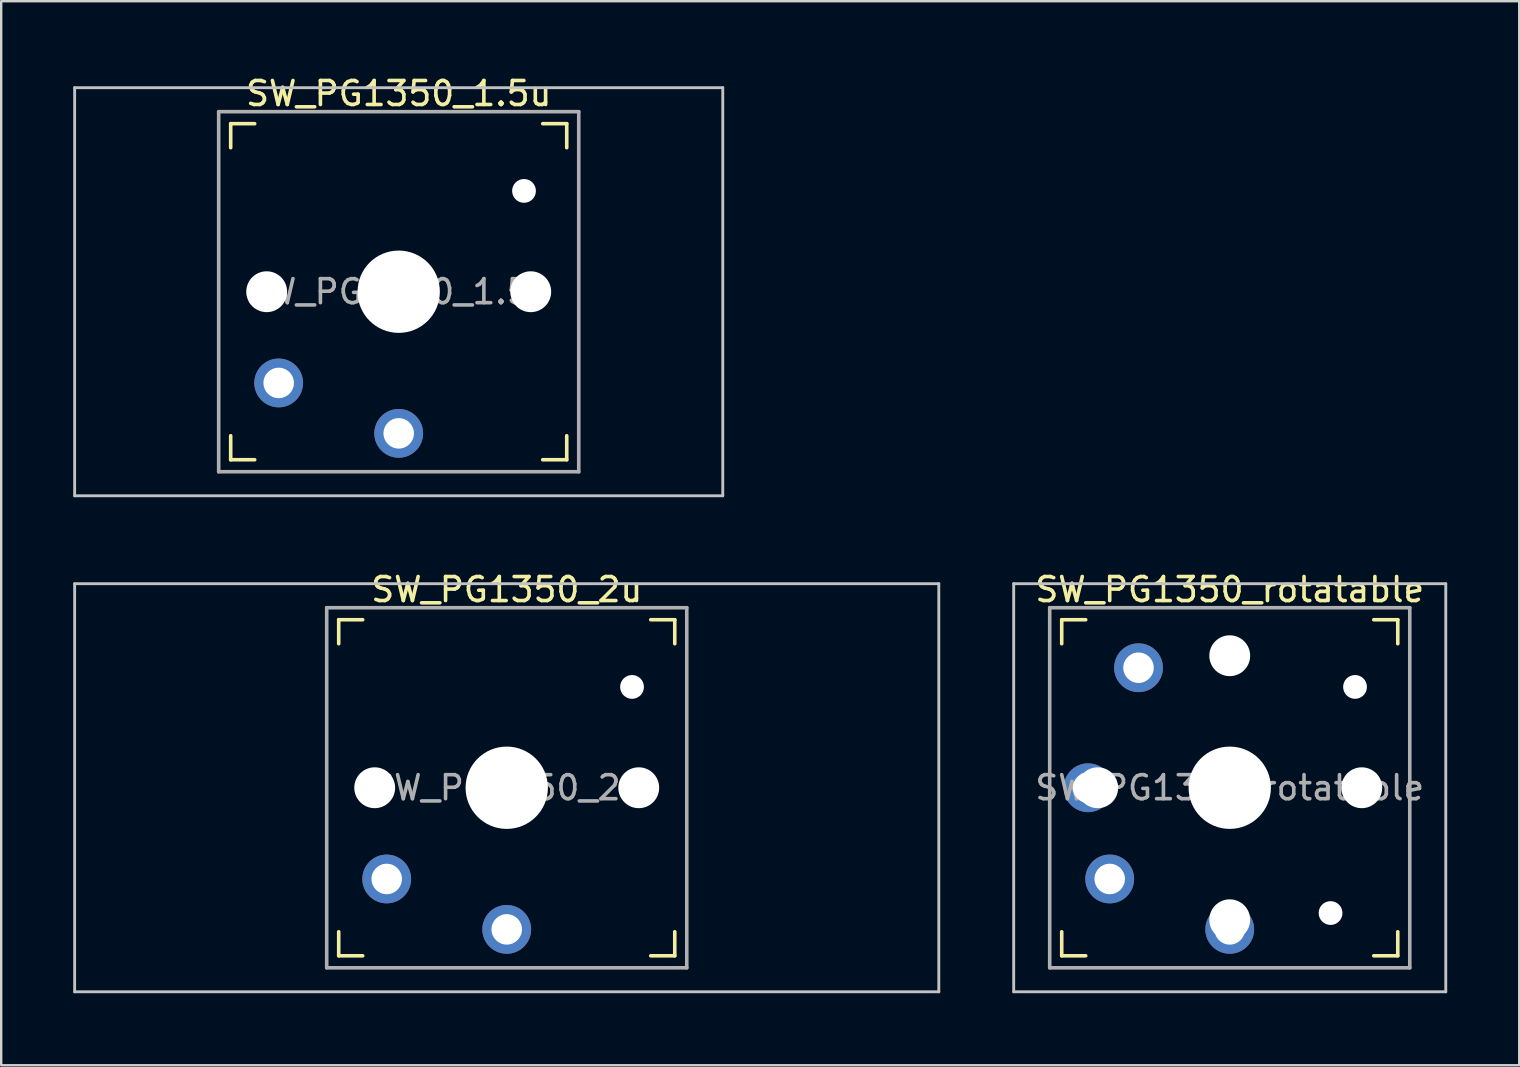
<source format=kicad_pcb>
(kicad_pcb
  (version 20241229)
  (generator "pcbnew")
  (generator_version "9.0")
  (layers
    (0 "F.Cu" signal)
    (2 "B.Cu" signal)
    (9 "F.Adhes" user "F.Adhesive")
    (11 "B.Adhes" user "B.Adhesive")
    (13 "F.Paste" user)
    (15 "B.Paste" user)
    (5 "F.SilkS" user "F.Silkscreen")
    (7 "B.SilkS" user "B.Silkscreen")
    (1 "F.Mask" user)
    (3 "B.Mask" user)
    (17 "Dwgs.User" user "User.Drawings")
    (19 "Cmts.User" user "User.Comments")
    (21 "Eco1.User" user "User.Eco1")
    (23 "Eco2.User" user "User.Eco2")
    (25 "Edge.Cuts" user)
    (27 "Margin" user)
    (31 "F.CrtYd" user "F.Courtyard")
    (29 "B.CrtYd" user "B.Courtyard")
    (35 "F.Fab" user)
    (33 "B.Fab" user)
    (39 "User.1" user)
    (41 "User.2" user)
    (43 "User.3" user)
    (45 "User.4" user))
  (footprint "SW_PG1350_1.5u"
    (layer "F.Cu")
    (at 13.56 9.103)
    (property "Reference" "SW_PG1350_1.5u" (at 0 -8.255 0) (layer "F.SilkS") (effects (font (size 1 1) (thickness 0.15))))
    (attr through_hole)
    (fp_line (start -7 -6) (end -7 -7) (stroke (width 0.15) (type solid)) (layer "F.SilkS"))
    (fp_line (start -7 7) (end -7 6) (stroke (width 0.15) (type solid)) (layer "F.SilkS"))
    (fp_line (start -7 7) (end -6 7) (stroke (width 0.15) (type solid)) (layer "F.SilkS"))
    (fp_line (start -6 -7) (end -7 -7) (stroke (width 0.15) (type solid)) (layer "F.SilkS"))
    (fp_line (start 6 7) (end 7 7) (stroke (width 0.15) (type solid)) (layer "F.SilkS"))
    (fp_line (start 7 -7) (end 6 -7) (stroke (width 0.15) (type solid)) (layer "F.SilkS"))
    (fp_line (start 7 -7) (end 7 -6) (stroke (width 0.15) (type solid)) (layer "F.SilkS"))
    (fp_line (start 7 6) (end 7 7) (stroke (width 0.15) (type solid)) (layer "F.SilkS"))
    (fp_line (start -13.5 -8.5) (end 13.5 -8.5) (stroke (width 0.12) (type solid)) (layer "Dwgs.User"))
    (fp_line (start -13.5 8.5) (end -13.5 -8.5) (stroke (width 0.12) (type solid)) (layer "Dwgs.User"))
    (fp_line (start -13.5 8.5) (end 13.5 8.5) (stroke (width 0.12) (type solid)) (layer "Dwgs.User"))
    (fp_line (start 13.5 8.5) (end 13.5 -8.5) (stroke (width 0.12) (type solid)) (layer "Dwgs.User"))
    (fp_line (start -6.9 6.9) (end -6.9 -6.9) (stroke (width 0.15) (type solid)) (layer "Eco2.User"))
    (fp_line (start -6.9 6.9) (end 6.9 6.9) (stroke (width 0.15) (type solid)) (layer "Eco2.User"))
    (fp_line (start -2.6 -3.1) (end -2.6 -6.3) (stroke (width 0.15) (type solid)) (layer "Eco2.User"))
    (fp_line (start -2.6 -3.1) (end 2.6 -3.1) (stroke (width 0.15) (type solid)) (layer "Eco2.User"))
    (fp_line (start 2.6 -6.3) (end -2.6 -6.3) (stroke (width 0.15) (type solid)) (layer "Eco2.User"))
    (fp_line (start 2.6 -3.1) (end 2.6 -6.3) (stroke (width 0.15) (type solid)) (layer "Eco2.User"))
    (fp_line (start 6.9 -6.9) (end -6.9 -6.9) (stroke (width 0.15) (type solid)) (layer "Eco2.User"))
    (fp_line (start 6.9 -6.9) (end 6.9 6.9) (stroke (width 0.15) (type solid)) (layer "Eco2.User"))
    (fp_line (start -7.5 -7.5) (end 7.5 -7.5) (stroke (width 0.15) (type solid)) (layer "F.Fab"))
    (fp_line (start -7.5 7.5) (end -7.5 -7.5) (stroke (width 0.15) (type solid)) (layer "F.Fab"))
    (fp_line (start 7.5 -7.5) (end 7.5 7.5) (stroke (width 0.15) (type solid)) (layer "F.Fab"))
    (fp_line (start 7.5 7.5) (end -7.5 7.5) (stroke (width 0.15) (type solid)) (layer "F.Fab"))
    (fp_text user "${REFERENCE}" (at 0 0 0) (layer "F.Fab") (effects (font (size 1 1) (thickness 0.15))))
    (pad "" np_thru_hole circle (at -5.5 0) (size 1.702 1.702) (drill 1.702) (layers "*.Cu" "*.Mask"))
    (pad "" np_thru_hole circle (at 0 0) (size 3.429 3.429) (drill 3.429) (layers "*.Cu" "*.Mask"))
    (pad "" np_thru_hole circle (at 5.22 -4.2) (size 0.991 0.991) (drill 0.991) (layers "*.Cu" "*.Mask"))
    (pad "" np_thru_hole circle (at 5.5 0) (size 1.702 1.702) (drill 1.702) (layers "*.Cu" "*.Mask"))
    (pad "1" thru_hole circle (at 0 5.9) (size 2.032 2.032) (drill 1.27) (layers "*.Cu" "*.Mask"))
    (pad "2" thru_hole circle (at -5 3.8) (size 2.032 2.032) (drill 1.27) (layers "*.Cu" "*.Mask")))
  (footprint "SW_PG1350_rotatable"
    (layer "F.Cu")
    (at 48.18 29.767)
    (property "Reference" "SW_PG1350_rotatable" (at 0 -8.255 0) (layer "F.SilkS") (effects (font (size 1 1) (thickness 0.15))))
    (attr through_hole)
    (fp_line (start -7 -6) (end -7 -7) (stroke (width 0.15) (type solid)) (layer "F.SilkS"))
    (fp_line (start -7 7) (end -7 6) (stroke (width 0.15) (type solid)) (layer "F.SilkS"))
    (fp_line (start -7 7) (end -6 7) (stroke (width 0.15) (type solid)) (layer "F.SilkS"))
    (fp_line (start -6 -7) (end -7 -7) (stroke (width 0.15) (type solid)) (layer "F.SilkS"))
    (fp_line (start 6 7) (end 7 7) (stroke (width 0.15) (type solid)) (layer "F.SilkS"))
    (fp_line (start 7 -7) (end 6 -7) (stroke (width 0.15) (type solid)) (layer "F.SilkS"))
    (fp_line (start 7 -7) (end 7 -6) (stroke (width 0.15) (type solid)) (layer "F.SilkS"))
    (fp_line (start 7 6) (end 7 7) (stroke (width 0.15) (type solid)) (layer "F.SilkS"))
    (fp_line (start -9 -8.5) (end 9 -8.5) (stroke (width 0.12) (type solid)) (layer "Dwgs.User"))
    (fp_line (start -9 8.5) (end -9 -8.5) (stroke (width 0.12) (type solid)) (layer "Dwgs.User"))
    (fp_line (start -9 8.5) (end 9 8.5) (stroke (width 0.12) (type solid)) (layer "Dwgs.User"))
    (fp_line (start 9 8.5) (end 9 -8.5) (stroke (width 0.12) (type solid)) (layer "Dwgs.User"))
    (fp_line (start -6.9 6.9) (end -6.9 -6.9) (stroke (width 0.15) (type solid)) (layer "Eco2.User"))
    (fp_line (start -6.9 6.9) (end 6.9 6.9) (stroke (width 0.15) (type solid)) (layer "Eco2.User"))
    (fp_line (start -2.6 -3.1) (end -2.6 -6.3) (stroke (width 0.15) (type solid)) (layer "Eco2.User"))
    (fp_line (start -2.6 -3.1) (end 2.6 -3.1) (stroke (width 0.15) (type solid)) (layer "Eco2.User"))
    (fp_line (start 2.6 -6.3) (end -2.6 -6.3) (stroke (width 0.15) (type solid)) (layer "Eco2.User"))
    (fp_line (start 2.6 -3.1) (end 2.6 -6.3) (stroke (width 0.15) (type solid)) (layer "Eco2.User"))
    (fp_line (start 3.1 -2.6) (end 3.1 2.6) (stroke (width 0.15) (type solid)) (layer "Eco2.User"))
    (fp_line (start 3.1 -2.6) (end 6.3 -2.6) (stroke (width 0.15) (type solid)) (layer "Eco2.User"))
    (fp_line (start 3.1 2.6) (end 6.3 2.6) (stroke (width 0.15) (type solid)) (layer "Eco2.User"))
    (fp_line (start 6.3 2.6) (end 6.3 -2.6) (stroke (width 0.15) (type solid)) (layer "Eco2.User"))
    (fp_line (start 6.9 -6.9) (end -6.9 -6.9) (stroke (width 0.15) (type solid)) (layer "Eco2.User"))
    (fp_line (start 6.9 -6.9) (end 6.9 6.9) (stroke (width 0.15) (type solid)) (layer "Eco2.User"))
    (fp_line (start -7.5 -7.5) (end 7.5 -7.5) (stroke (width 0.15) (type solid)) (layer "F.Fab"))
    (fp_line (start -7.5 7.5) (end -7.5 -7.5) (stroke (width 0.15) (type solid)) (layer "F.Fab"))
    (fp_line (start 7.5 -7.5) (end 7.5 7.5) (stroke (width 0.15) (type solid)) (layer "F.Fab"))
    (fp_line (start 7.5 7.5) (end -7.5 7.5) (stroke (width 0.15) (type solid)) (layer "F.Fab"))
    (fp_text user "${REFERENCE}" (at 0 0 0) (layer "F.Fab") (effects (font (size 1 1) (thickness 0.15))))
    (pad "" np_thru_hole circle (at -5.5 0) (size 1.702 1.702) (drill 1.702) (layers "*.Cu" "*.Mask"))
    (pad "" np_thru_hole circle (at 0 -5.5 270) (size 1.702 1.702) (drill 1.702) (layers "*.Cu" "*.Mask"))
    (pad "" np_thru_hole circle (at 0 0) (size 3.429 3.429) (drill 3.429) (layers "*.Cu" "*.Mask"))
    (pad "" np_thru_hole circle (at 0 5.5 270) (size 1.702 1.702) (drill 1.702) (layers "*.Cu" "*.Mask"))
    (pad "" np_thru_hole circle (at 4.2 5.22 270) (size 0.991 0.991) (drill 0.991) (layers "*.Cu" "*.Mask"))
    (pad "" np_thru_hole circle (at 5.22 -4.2) (size 0.991 0.991) (drill 0.991) (layers "*.Cu" "*.Mask"))
    (pad "" np_thru_hole circle (at 5.5 0) (size 1.702 1.702) (drill 1.702) (layers "*.Cu" "*.Mask"))
    (pad "1" thru_hole circle (at -5.9 0 270) (size 2.032 2.032) (drill 1.27) (layers "*.Cu" "*.Mask"))
    (pad "1" thru_hole circle (at 0 5.9) (size 2.032 2.032) (drill 1.27) (layers "*.Cu" "*.Mask"))
    (pad "2" thru_hole circle (at -5 3.8) (size 2.032 2.032) (drill 1.27) (layers "*.Cu" "*.Mask"))
    (pad "2" thru_hole circle (at -3.8 -5 270) (size 2.032 2.032) (drill 1.27) (layers "*.Cu" "*.Mask")))
  (footprint "SW_PG1350_2u"
    (layer "F.Cu")
    (at 18.06 29.767)
    (property "Reference" "SW_PG1350_2u" (at 0 -8.255 0) (layer "F.SilkS") (effects (font (size 1 1) (thickness 0.15))))
    (attr through_hole)
    (fp_line (start -7 -6) (end -7 -7) (stroke (width 0.15) (type solid)) (layer "F.SilkS"))
    (fp_line (start -7 7) (end -7 6) (stroke (width 0.15) (type solid)) (layer "F.SilkS"))
    (fp_line (start -7 7) (end -6 7) (stroke (width 0.15) (type solid)) (layer "F.SilkS"))
    (fp_line (start -6 -7) (end -7 -7) (stroke (width 0.15) (type solid)) (layer "F.SilkS"))
    (fp_line (start 6 7) (end 7 7) (stroke (width 0.15) (type solid)) (layer "F.SilkS"))
    (fp_line (start 7 -7) (end 6 -7) (stroke (width 0.15) (type solid)) (layer "F.SilkS"))
    (fp_line (start 7 -7) (end 7 -6) (stroke (width 0.15) (type solid)) (layer "F.SilkS"))
    (fp_line (start 7 6) (end 7 7) (stroke (width 0.15) (type solid)) (layer "F.SilkS"))
    (fp_line (start -18 -8.5) (end 18 -8.5) (stroke (width 0.12) (type solid)) (layer "Dwgs.User"))
    (fp_line (start -18 8.5) (end -18 -8.5) (stroke (width 0.12) (type solid)) (layer "Dwgs.User"))
    (fp_line (start -18 8.5) (end 18 8.5) (stroke (width 0.12) (type solid)) (layer "Dwgs.User"))
    (fp_line (start 18 8.5) (end 18 -8.5) (stroke (width 0.12) (type solid)) (layer "Dwgs.User"))
    (fp_line (start -6.9 6.9) (end -6.9 -6.9) (stroke (width 0.15) (type solid)) (layer "Eco2.User"))
    (fp_line (start -6.9 6.9) (end 6.9 6.9) (stroke (width 0.15) (type solid)) (layer "Eco2.User"))
    (fp_line (start -2.6 -3.1) (end -2.6 -6.3) (stroke (width 0.15) (type solid)) (layer "Eco2.User"))
    (fp_line (start -2.6 -3.1) (end 2.6 -3.1) (stroke (width 0.15) (type solid)) (layer "Eco2.User"))
    (fp_line (start 2.6 -6.3) (end -2.6 -6.3) (stroke (width 0.15) (type solid)) (layer "Eco2.User"))
    (fp_line (start 2.6 -3.1) (end 2.6 -6.3) (stroke (width 0.15) (type solid)) (layer "Eco2.User"))
    (fp_line (start 6.9 -6.9) (end -6.9 -6.9) (stroke (width 0.15) (type solid)) (layer "Eco2.User"))
    (fp_line (start 6.9 -6.9) (end 6.9 6.9) (stroke (width 0.15) (type solid)) (layer "Eco2.User"))
    (fp_line (start -7.5 -7.5) (end 7.5 -7.5) (stroke (width 0.15) (type solid)) (layer "F.Fab"))
    (fp_line (start -7.5 7.5) (end -7.5 -7.5) (stroke (width 0.15) (type solid)) (layer "F.Fab"))
    (fp_line (start 7.5 -7.5) (end 7.5 7.5) (stroke (width 0.15) (type solid)) (layer "F.Fab"))
    (fp_line (start 7.5 7.5) (end -7.5 7.5) (stroke (width 0.15) (type solid)) (layer "F.Fab"))
    (fp_text user "${REFERENCE}" (at 0 0 0) (layer "F.Fab") (effects (font (size 1 1) (thickness 0.15))))
    (pad "" np_thru_hole circle (at -5.5 0) (size 1.702 1.702) (drill 1.702) (layers "*.Cu" "*.Mask"))
    (pad "" np_thru_hole circle (at 0 0) (size 3.429 3.429) (drill 3.429) (layers "*.Cu" "*.Mask"))
    (pad "" np_thru_hole circle (at 5.22 -4.2) (size 0.991 0.991) (drill 0.991) (layers "*.Cu" "*.Mask"))
    (pad "" np_thru_hole circle (at 5.5 0) (size 1.702 1.702) (drill 1.702) (layers "*.Cu" "*.Mask"))
    (pad "1" thru_hole circle (at 0 5.9) (size 2.032 2.032) (drill 1.27) (layers "*.Cu" "*.Mask"))
    (pad "2" thru_hole circle (at -5 3.8) (size 2.032 2.032) (drill 1.27) (layers "*.Cu" "*.Mask")))
  (gr_rect
    (start -3 -3)
    (end 60.24 41.327)
    (stroke (width 0.1) (type default))
    (fill no)
    (layer "Edge.Cuts")))
</source>
